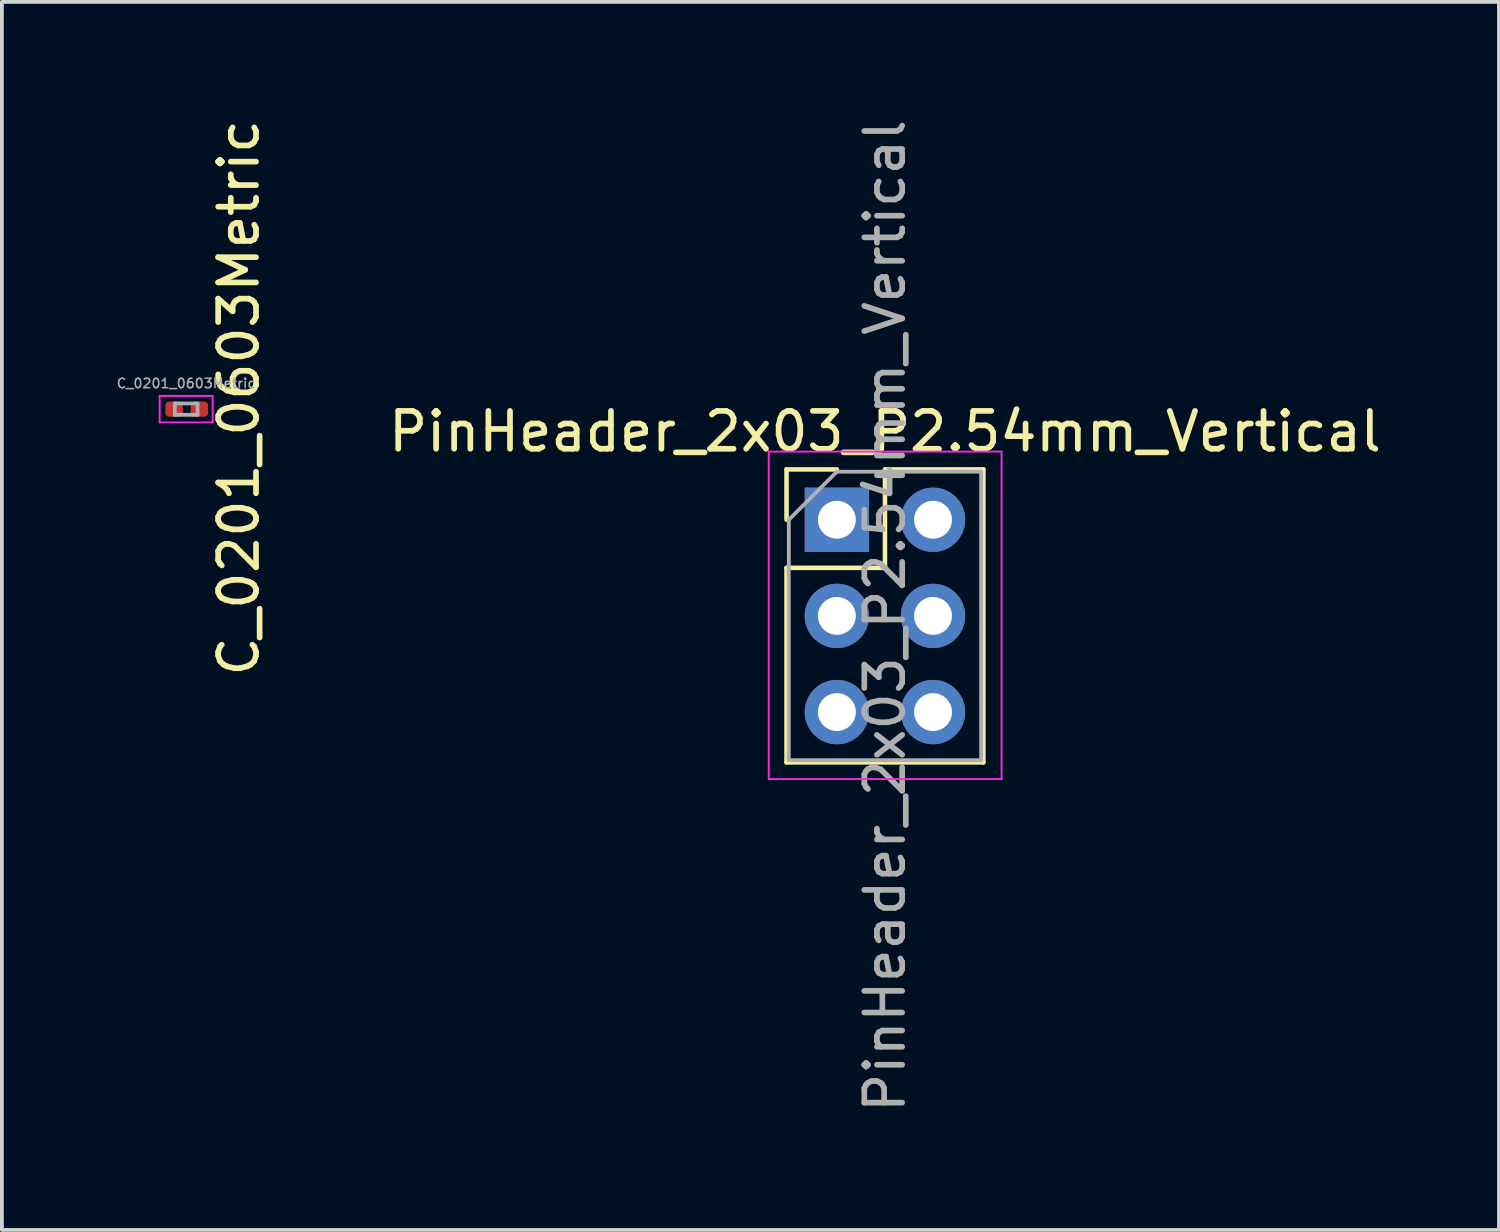
<source format=kicad_pcb>
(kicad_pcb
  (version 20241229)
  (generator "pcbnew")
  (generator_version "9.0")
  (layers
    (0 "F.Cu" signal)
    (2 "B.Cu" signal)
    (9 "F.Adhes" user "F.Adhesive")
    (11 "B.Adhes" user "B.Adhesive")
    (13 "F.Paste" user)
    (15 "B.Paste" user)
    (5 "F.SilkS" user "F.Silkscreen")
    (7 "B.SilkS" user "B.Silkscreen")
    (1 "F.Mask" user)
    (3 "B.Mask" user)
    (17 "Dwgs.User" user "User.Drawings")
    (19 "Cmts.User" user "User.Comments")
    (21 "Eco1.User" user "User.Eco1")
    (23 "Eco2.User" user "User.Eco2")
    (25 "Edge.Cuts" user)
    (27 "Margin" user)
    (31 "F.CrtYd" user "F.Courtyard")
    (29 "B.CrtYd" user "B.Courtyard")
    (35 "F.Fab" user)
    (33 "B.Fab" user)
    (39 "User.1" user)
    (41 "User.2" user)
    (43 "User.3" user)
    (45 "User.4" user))
  (footprint "PinHeader_2x03_P2.54mm_Vertical"
    (layer "F.Cu")
    (at 19.057 10.68)
    (property "Reference" "PinHeader_2x03_P2.54mm_Vertical" (at 1.27 -2.33 0) (layer "F.SilkS") (effects (font (size 1 1) (thickness 0.15))))
    (attr through_hole)
    (fp_line (start -1.33 -1.33) (end 0 -1.33) (stroke (width 0.12) (type solid)) (layer "F.SilkS"))
    (fp_line (start -1.33 0) (end -1.33 -1.33) (stroke (width 0.12) (type solid)) (layer "F.SilkS"))
    (fp_line (start -1.33 1.27) (end -1.33 6.41) (stroke (width 0.12) (type solid)) (layer "F.SilkS"))
    (fp_line (start -1.33 1.27) (end 1.27 1.27) (stroke (width 0.12) (type solid)) (layer "F.SilkS"))
    (fp_line (start -1.33 6.41) (end 3.87 6.41) (stroke (width 0.12) (type solid)) (layer "F.SilkS"))
    (fp_line (start 1.27 -1.33) (end 3.87 -1.33) (stroke (width 0.12) (type solid)) (layer "F.SilkS"))
    (fp_line (start 1.27 1.27) (end 1.27 -1.33) (stroke (width 0.12) (type solid)) (layer "F.SilkS"))
    (fp_line (start 3.87 -1.33) (end 3.87 6.41) (stroke (width 0.12) (type solid)) (layer "F.SilkS"))
    (fp_line (start -1.8 -1.8) (end -1.8 6.85) (stroke (width 0.05) (type solid)) (layer "F.CrtYd"))
    (fp_line (start -1.8 6.85) (end 4.35 6.85) (stroke (width 0.05) (type solid)) (layer "F.CrtYd"))
    (fp_line (start 4.35 -1.8) (end -1.8 -1.8) (stroke (width 0.05) (type solid)) (layer "F.CrtYd"))
    (fp_line (start 4.35 6.85) (end 4.35 -1.8) (stroke (width 0.05) (type solid)) (layer "F.CrtYd"))
    (fp_line (start -1.27 0) (end 0 -1.27) (stroke (width 0.1) (type solid)) (layer "F.Fab"))
    (fp_line (start -1.27 6.35) (end -1.27 0) (stroke (width 0.1) (type solid)) (layer "F.Fab"))
    (fp_line (start 0 -1.27) (end 3.81 -1.27) (stroke (width 0.1) (type solid)) (layer "F.Fab"))
    (fp_line (start 3.81 -1.27) (end 3.81 6.35) (stroke (width 0.1) (type solid)) (layer "F.Fab"))
    (fp_line (start 3.81 6.35) (end -1.27 6.35) (stroke (width 0.1) (type solid)) (layer "F.Fab"))
    (fp_text user "${REFERENCE}" (at 1.27 2.54 90) (layer "F.Fab") (effects (font (size 1 1) (thickness 0.15))))
    (pad "1" thru_hole rect (at 0 0) (size 1.7 1.7) (drill 1) (layers "*.Cu" "*.Mask"))
    (pad "2" thru_hole oval (at 2.54 0) (size 1.7 1.7) (drill 1) (layers "*.Cu" "*.Mask"))
    (pad "3" thru_hole oval (at 0 2.54) (size 1.7 1.7) (drill 1) (layers "*.Cu" "*.Mask"))
    (pad "4" thru_hole oval (at 2.54 2.54) (size 1.7 1.7) (drill 1) (layers "*.Cu" "*.Mask"))
    (pad "5" thru_hole oval (at 0 5.08) (size 1.7 1.7) (drill 1) (layers "*.Cu" "*.Mask"))
    (pad "6" thru_hole oval (at 2.54 5.08) (size 1.7 1.7) (drill 1) (layers "*.Cu" "*.Mask")))
  (footprint "C_0201_0603Metric"
    (layer "F.Cu")
    (at 1.868 7.758)
    (property "Reference" "C_0201_0603Metric" (at 1.39 -0.3 90) (layer "F.SilkS") (effects (font (size 1 1) (thickness 0.15))))
    (attr smd)
    (fp_line (start -0.7 -0.35) (end 0.7 -0.35) (stroke (width 0.05) (type solid)) (layer "F.CrtYd"))
    (fp_line (start -0.7 0.35) (end -0.7 -0.35) (stroke (width 0.05) (type solid)) (layer "F.CrtYd"))
    (fp_line (start 0.7 -0.35) (end 0.7 0.35) (stroke (width 0.05) (type solid)) (layer "F.CrtYd"))
    (fp_line (start 0.7 0.35) (end -0.7 0.35) (stroke (width 0.05) (type solid)) (layer "F.CrtYd"))
    (fp_line (start -0.3 -0.15) (end 0.3 -0.15) (stroke (width 0.1) (type solid)) (layer "F.Fab"))
    (fp_line (start -0.3 0.15) (end -0.3 -0.15) (stroke (width 0.1) (type solid)) (layer "F.Fab"))
    (fp_line (start 0.3 -0.15) (end 0.3 0.15) (stroke (width 0.1) (type solid)) (layer "F.Fab"))
    (fp_line (start 0.3 0.15) (end -0.3 0.15) (stroke (width 0.1) (type solid)) (layer "F.Fab"))
    (fp_text user "${REFERENCE}" (at 0 -0.68 0) (layer "F.Fab") (effects (font (size 0.25 0.25) (thickness 0.04))))
    (pad "" smd roundrect (at -0.345 0) (size 0.318 0.36) (layers "F.Paste") (roundrect_rratio 0.25))
    (pad "" smd roundrect (at 0.345 0) (size 0.318 0.36) (layers "F.Paste") (roundrect_rratio 0.25))
    (pad "1" smd roundrect (at -0.32 0) (size 0.46 0.4) (layers "F.Cu" "F.Mask") (roundrect_rratio 0.25))
    (pad "2" smd roundrect (at 0.35 0) (size 0.46 0.4) (layers "F.Cu" "F.Mask") (roundrect_rratio 0.25)))
  (gr_rect
    (start -3 -3)
    (end 36.547 29.44)
    (stroke (width 0.1) (type default))
    (fill no)
    (layer "Edge.Cuts")))
</source>
